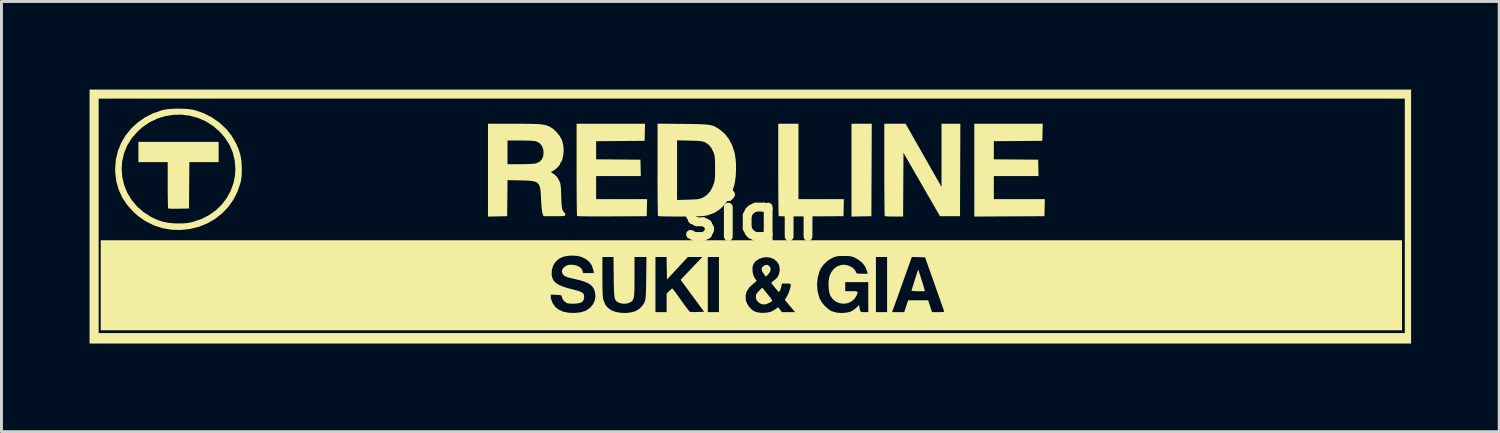
<source format=kicad_pcb>
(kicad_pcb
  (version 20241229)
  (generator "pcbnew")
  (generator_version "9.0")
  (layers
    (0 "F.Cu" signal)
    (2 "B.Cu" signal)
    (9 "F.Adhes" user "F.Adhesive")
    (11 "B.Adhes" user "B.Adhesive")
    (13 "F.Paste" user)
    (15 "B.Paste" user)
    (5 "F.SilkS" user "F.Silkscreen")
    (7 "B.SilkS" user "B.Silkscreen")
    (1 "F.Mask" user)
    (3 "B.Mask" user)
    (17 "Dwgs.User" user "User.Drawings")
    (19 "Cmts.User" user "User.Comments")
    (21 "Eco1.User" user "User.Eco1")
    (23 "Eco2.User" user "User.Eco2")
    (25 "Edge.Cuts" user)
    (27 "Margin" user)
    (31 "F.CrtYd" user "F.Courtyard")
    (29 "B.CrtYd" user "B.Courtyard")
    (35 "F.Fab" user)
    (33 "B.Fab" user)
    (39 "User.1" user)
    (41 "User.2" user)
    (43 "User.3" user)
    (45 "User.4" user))
  (footprint "sign"
    (layer "F.Cu")
    (at 22.501 4.324)
    (property "Reference" "sign" (at 0 0 0) (layer "F.SilkS") (effects (font (size 1.5 1.5) (thickness 0.3))))
    (attr board_only exclude_from_pos_files exclude_from_bom)
    (fp_poly (pts (xy 4.129 -1.586) (xy 4.122 -0.012) (xy 3.784 -0.005) (xy 3.445 0.001) (xy 3.445 -1.579) (xy 3.445 -3.16) (xy 3.79 -3.16) (xy 4.135 -3.16)) (stroke (width 0) (type solid)) (fill yes) (layer "F.SilkS"))
    (fp_poly (pts (xy 0.58 1.647) (xy 0.636 1.676) (xy 0.682 1.735) (xy 0.692 1.811) (xy 0.666 1.894) (xy 0.608 1.97) (xy 0.527 2.049) (xy 0.454 1.947) (xy 0.399 1.855) (xy 0.384 1.782) (xy 0.409 1.722) (xy 0.443 1.689) (xy 0.515 1.647)) (stroke (width 0) (type solid)) (fill yes) (layer "F.SilkS"))
    (fp_poly (pts (xy 5.815 2.105) (xy 5.853 2.224) (xy 5.887 2.332) (xy 5.913 2.418) (xy 5.928 2.472) (xy 5.929 2.477) (xy 5.945 2.542) (xy 5.717 2.542) (xy 5.619 2.541) (xy 5.543 2.536) (xy 5.497 2.529) (xy 5.489 2.525) (xy 5.496 2.497) (xy 5.515 2.432) (xy 5.544 2.339) (xy 5.58 2.224) (xy 5.603 2.153) (xy 5.716 1.798)) (stroke (width 0) (type solid)) (fill yes) (layer "F.SilkS"))
    (fp_poly (pts (xy 22.501 0) (xy 22.501 4.324) (xy 0 4.324) (xy -22.501 4.324) (xy -22.501 0) (xy -22.501 -4.016) (xy -22.192 -4.016) (xy -22.192 -0.024) (xy -22.192 3.968) (xy 0.048 3.968) (xy 22.287 3.968) (xy 22.287 -0.024) (xy 22.287 -4.016) (xy 0.048 -4.016) (xy -22.192 -4.016) (xy -22.501 -4.016) (xy -22.501 -4.324) (xy 0 -4.324) (xy 22.501 -4.324)) (stroke (width 0) (type solid)) (fill yes) (layer "F.SilkS"))
    (fp_poly (pts (xy 0.566 2.619) (xy 0.648 2.719) (xy 0.703 2.789) (xy 0.732 2.836) (xy 0.74 2.867) (xy 0.726 2.89) (xy 0.694 2.912) (xy 0.658 2.933) (xy 0.534 2.986) (xy 0.422 2.993) (xy 0.322 2.955) (xy 0.271 2.913) (xy 0.218 2.851) (xy 0.194 2.791) (xy 0.19 2.734) (xy 0.195 2.674) (xy 0.215 2.624) (xy 0.259 2.569) (xy 0.297 2.529) (xy 0.405 2.421)) (stroke (width 0) (type solid)) (fill yes) (layer "F.SilkS"))
    (fp_poly (pts (xy 9.95 -2.869) (xy 9.944 -2.578) (xy 9.118 -2.572) (xy 8.292 -2.566) (xy 8.292 -2.257) (xy 8.292 -1.949) (xy 9.047 -1.943) (xy 9.801 -1.936) (xy 9.808 -1.657) (xy 9.815 -1.378) (xy 9.054 -1.378) (xy 8.292 -1.378) (xy 8.292 -0.986) (xy 8.292 -0.594) (xy 9.16 -0.594) (xy 10.028 -0.594) (xy 10.022 -0.303) (xy 10.015 -0.012) (xy 8.821 -0.006) (xy 7.627 0.000439) (xy 7.627 -1.58) (xy 7.627 -3.16) (xy 8.792 -3.16) (xy 9.957 -3.16)) (stroke (width 0) (type solid)) (fill yes) (layer "F.SilkS"))
    (fp_poly (pts (xy -18.106 -2.198) (xy -18.106 -1.853) (xy -18.604 -1.853) (xy -19.103 -1.853) (xy -19.109 -1.063) (xy -19.115 -0.273) (xy -19.461 -0.267) (xy -19.585 -0.265) (xy -19.691 -0.266) (xy -19.772 -0.269) (xy -19.817 -0.274) (xy -19.824 -0.277) (xy -19.828 -0.303) (xy -19.831 -0.372) (xy -19.834 -0.477) (xy -19.837 -0.612) (xy -19.839 -0.772) (xy -19.84 -0.951) (xy -19.84 -1.073) (xy -19.84 -1.853) (xy -20.339 -1.853) (xy -20.838 -1.853) (xy -20.838 -2.198) (xy -20.838 -2.542) (xy -19.472 -2.542) (xy -18.106 -2.542)) (stroke (width 0) (type solid)) (fill yes) (layer "F.SilkS"))
    (fp_poly (pts (xy 1.639 -1.877) (xy 1.639 -0.594) (xy 2.412 -0.594) (xy 3.185 -0.594) (xy 3.179 -0.303) (xy 3.172 -0.012) (xy 2.077 -0.006) (xy 1.854 -0.005) (xy 1.645 -0.005) (xy 1.455 -0.005) (xy 1.29 -0.006) (xy 1.154 -0.008) (xy 1.051 -0.01) (xy 0.987 -0.013) (xy 0.966 -0.016) (xy 0.964 -0.042) (xy 0.961 -0.111) (xy 0.959 -0.22) (xy 0.957 -0.365) (xy 0.955 -0.541) (xy 0.953 -0.745) (xy 0.952 -0.972) (xy 0.951 -1.22) (xy 0.95 -1.483) (xy 0.95 -1.596) (xy 0.95 -3.16) (xy 1.295 -3.16) (xy 1.639 -3.16)) (stroke (width 0) (type solid)) (fill yes) (layer "F.SilkS"))
    (fp_poly (pts (xy 7.146 -1.586) (xy 7.14 -0.012) (xy 6.798 -0.012) (xy 6.457 -0.012) (xy 5.836 -1.091) (xy 5.215 -2.171) (xy 5.209 -1.085) (xy 5.203 0) (xy 4.898 0) (xy 4.783 -0.001) (xy 4.684 -0.004) (xy 4.613 -0.009) (xy 4.579 -0.015) (xy 4.578 -0.016) (xy 4.575 -0.042) (xy 4.573 -0.111) (xy 4.57 -0.22) (xy 4.568 -0.365) (xy 4.566 -0.541) (xy 4.565 -0.745) (xy 4.563 -0.972) (xy 4.562 -1.22) (xy 4.562 -1.483) (xy 4.562 -1.596) (xy 4.562 -3.16) (xy 4.924 -3.16) (xy 5.287 -3.16) (xy 5.899 -2.085) (xy 6.51 -1.01) (xy 6.51 -2.085) (xy 6.51 -3.16) (xy 6.831 -3.16) (xy 7.152 -3.16)) (stroke (width 0) (type solid)) (fill yes) (layer "F.SilkS"))
    (fp_poly (pts (xy -3.593 -2.869) (xy -3.6 -2.578) (xy -4.425 -2.572) (xy -5.251 -2.566) (xy -5.251 -2.257) (xy -5.251 -1.949) (xy -4.497 -1.943) (xy -3.742 -1.936) (xy -3.736 -1.657) (xy -3.729 -1.378) (xy -4.49 -1.378) (xy -5.251 -1.378) (xy -5.251 -0.986) (xy -5.251 -0.594) (xy -4.383 -0.594) (xy -3.515 -0.594) (xy -3.522 -0.303) (xy -3.528 -0.012) (xy -4.706 -0.006) (xy -4.939 -0.005) (xy -5.156 -0.005) (xy -5.355 -0.005) (xy -5.529 -0.006) (xy -5.676 -0.008) (xy -5.789 -0.01) (xy -5.865 -0.012) (xy -5.899 -0.015) (xy -5.9 -0.016) (xy -5.903 -0.042) (xy -5.906 -0.111) (xy -5.908 -0.22) (xy -5.91 -0.365) (xy -5.912 -0.541) (xy -5.914 -0.745) (xy -5.915 -0.972) (xy -5.916 -1.22) (xy -5.916 -1.483) (xy -5.916 -1.596) (xy -5.916 -3.16) (xy -4.751 -3.16) (xy -3.586 -3.16)) (stroke (width 0) (type solid)) (fill yes) (layer "F.SilkS"))
    (fp_poly (pts (xy -2.299 -3.155) (xy -2.055 -3.152) (xy -1.854 -3.149) (xy -1.689 -3.144) (xy -1.555 -3.138) (xy -1.447 -3.128) (xy -1.359 -3.114) (xy -1.286 -3.095) (xy -1.221 -3.07) (xy -1.161 -3.039) (xy -1.099 -3.001) (xy -1.034 -2.957) (xy -0.867 -2.815) (xy -0.728 -2.636) (xy -0.617 -2.422) (xy -0.537 -2.176) (xy -0.531 -2.15) (xy -0.503 -1.978) (xy -0.488 -1.776) (xy -0.488 -1.561) (xy -0.5 -1.35) (xy -0.526 -1.159) (xy -0.543 -1.082) (xy -0.627 -0.82) (xy -0.74 -0.591) (xy -0.88 -0.397) (xy -1.046 -0.24) (xy -1.236 -0.122) (xy -1.448 -0.045) (xy -1.491 -0.035) (xy -1.556 -0.024) (xy -1.643 -0.016) (xy -1.756 -0.009) (xy -1.9 -0.005) (xy -2.08 -0.002) (xy -2.301 -0.001) (xy -2.39 -0.000413) (xy -2.573 -0.001) (xy -2.74 -0.002) (xy -2.886 -0.004) (xy -3.005 -0.007) (xy -3.091 -0.01) (xy -3.137 -0.014) (xy -3.144 -0.016) (xy -3.147 -0.042) (xy -3.15 -0.111) (xy -3.152 -0.22) (xy -3.154 -0.365) (xy -3.156 -0.541) (xy -3.158 -0.745) (xy -3.159 -0.972) (xy -3.16 -1.22) (xy -3.16 -1.483) (xy -3.16 -1.598) (xy -3.16 -2.595) (xy -2.495 -2.595) (xy -2.495 -1.579) (xy -2.495 -0.564) (xy -2.117 -0.575) (xy -1.973 -0.58) (xy -1.866 -0.585) (xy -1.788 -0.592) (xy -1.728 -0.603) (xy -1.677 -0.619) (xy -1.625 -0.642) (xy -1.606 -0.651) (xy -1.472 -0.74) (xy -1.363 -0.864) (xy -1.278 -1.027) (xy -1.255 -1.089) (xy -1.234 -1.153) (xy -1.22 -1.213) (xy -1.21 -1.281) (xy -1.204 -1.364) (xy -1.201 -1.473) (xy -1.201 -1.619) (xy -1.201 -1.651) (xy -1.202 -1.804) (xy -1.205 -1.918) (xy -1.21 -2.003) (xy -1.219 -2.069) (xy -1.232 -2.124) (xy -1.251 -2.178) (xy -1.256 -2.192) (xy -1.327 -2.336) (xy -1.413 -2.442) (xy -1.52 -2.516) (xy -1.544 -2.528) (xy -1.589 -2.546) (xy -1.64 -2.56) (xy -1.704 -2.569) (xy -1.79 -2.576) (xy -1.905 -2.581) (xy -2.06 -2.585) (xy -2.073 -2.586) (xy -2.495 -2.595) (xy -3.16 -2.595) (xy -3.16 -3.163)) (stroke (width 0) (type solid)) (fill yes) (layer "F.SilkS"))
    (fp_poly (pts (xy -19.206 -3.665) (xy -19.05 -3.649) (xy -18.927 -3.626) (xy -18.926 -3.626) (xy -18.619 -3.52) (xy -18.336 -3.377) (xy -18.08 -3.199) (xy -17.853 -2.988) (xy -17.661 -2.748) (xy -17.507 -2.482) (xy -17.501 -2.469) (xy -17.415 -2.264) (xy -17.358 -2.067) (xy -17.326 -1.86) (xy -17.316 -1.625) (xy -17.316 -1.616) (xy -17.319 -1.457) (xy -17.328 -1.329) (xy -17.346 -1.217) (xy -17.367 -1.129) (xy -17.469 -0.834) (xy -17.609 -0.563) (xy -17.785 -0.318) (xy -17.993 -0.103) (xy -18.228 0.081) (xy -18.489 0.232) (xy -18.77 0.346) (xy -19.069 0.422) (xy -19.382 0.457) (xy -19.697 0.45) (xy -20.008 0.399) (xy -20.306 0.302) (xy -20.587 0.163) (xy -20.848 -0.017) (xy -21.001 -0.152) (xy -21.215 -0.388) (xy -21.384 -0.642) (xy -21.51 -0.913) (xy -21.591 -1.202) (xy -21.628 -1.508) (xy -21.63 -1.621) (xy -21.408 -1.621) (xy -21.385 -1.333) (xy -21.319 -1.057) (xy -21.21 -0.797) (xy -21.062 -0.555) (xy -20.877 -0.337) (xy -20.657 -0.147) (xy -20.406 0.013) (xy -20.351 0.041) (xy -20.166 0.124) (xy -19.987 0.181) (xy -19.799 0.216) (xy -19.588 0.233) (xy -19.481 0.235) (xy -19.329 0.234) (xy -19.205 0.224) (xy -19.087 0.205) (xy -18.98 0.181) (xy -18.696 0.086) (xy -18.436 -0.046) (xy -18.204 -0.211) (xy -18.001 -0.406) (xy -17.831 -0.628) (xy -17.697 -0.872) (xy -17.601 -1.135) (xy -17.547 -1.413) (xy -17.536 -1.616) (xy -17.558 -1.907) (xy -17.624 -2.18) (xy -17.733 -2.437) (xy -17.888 -2.679) (xy -18.07 -2.889) (xy -18.296 -3.085) (xy -18.543 -3.241) (xy -18.805 -3.357) (xy -19.079 -3.433) (xy -19.36 -3.469) (xy -19.642 -3.464) (xy -19.922 -3.42) (xy -20.194 -3.336) (xy -20.454 -3.212) (xy -20.696 -3.047) (xy -20.873 -2.889) (xy -21.07 -2.66) (xy -21.221 -2.416) (xy -21.327 -2.157) (xy -21.39 -1.882) (xy -21.408 -1.621) (xy -21.63 -1.621) (xy -21.63 -1.639) (xy -21.604 -1.945) (xy -21.535 -2.236) (xy -21.424 -2.51) (xy -21.274 -2.764) (xy -21.088 -2.994) (xy -20.869 -3.198) (xy -20.618 -3.373) (xy -20.338 -3.515) (xy -20.031 -3.622) (xy -20.016 -3.626) (xy -19.895 -3.649) (xy -19.739 -3.665) (xy -19.564 -3.673) (xy -19.382 -3.673)) (stroke (width 0) (type solid)) (fill yes) (layer "F.SilkS"))
    (fp_poly (pts (xy -7.804 -3.16) (xy -7.594 -3.158) (xy -7.421 -3.155) (xy -7.28 -3.15) (xy -7.167 -3.143) (xy -7.075 -3.133) (xy -6.999 -3.119) (xy -6.935 -3.102) (xy -6.878 -3.08) (xy -6.821 -3.054) (xy -6.817 -3.052) (xy -6.707 -2.978) (xy -6.596 -2.873) (xy -6.498 -2.75) (xy -6.426 -2.625) (xy -6.413 -2.596) (xy -6.373 -2.446) (xy -6.357 -2.275) (xy -6.366 -2.105) (xy -6.399 -1.955) (xy -6.4 -1.954) (xy -6.427 -1.886) (xy -6.453 -1.841) (xy -6.466 -1.83) (xy -6.48 -1.816) (xy -6.477 -1.81) (xy -6.483 -1.778) (xy -6.517 -1.728) (xy -6.57 -1.669) (xy -6.633 -1.613) (xy -6.696 -1.568) (xy -6.7 -1.566) (xy -6.793 -1.513) (xy -6.688 -1.444) (xy -6.598 -1.366) (xy -6.527 -1.259) (xy -6.518 -1.24) (xy -6.494 -1.189) (xy -6.476 -1.141) (xy -6.464 -1.089) (xy -6.455 -1.022) (xy -6.448 -0.932) (xy -6.443 -0.81) (xy -6.439 -0.69) (xy -6.433 -0.52) (xy -6.425 -0.391) (xy -6.413 -0.296) (xy -6.397 -0.228) (xy -6.375 -0.18) (xy -6.345 -0.145) (xy -6.326 -0.129) (xy -6.301 -0.087) (xy -6.3 -0.058) (xy -6.306 -0.04) (xy -6.322 -0.028) (xy -6.354 -0.02) (xy -6.41 -0.015) (xy -6.496 -0.013) (xy -6.62 -0.012) (xy -6.677 -0.012) (xy -7.045 -0.012) (xy -7.077 -0.107) (xy -7.089 -0.164) (xy -7.102 -0.258) (xy -7.113 -0.38) (xy -7.123 -0.518) (xy -7.127 -0.594) (xy -7.136 -0.775) (xy -7.149 -0.917) (xy -7.172 -1.025) (xy -7.209 -1.104) (xy -7.266 -1.158) (xy -7.349 -1.193) (xy -7.462 -1.214) (xy -7.612 -1.225) (xy -7.802 -1.23) (xy -7.835 -1.231) (xy -8.268 -1.24) (xy -8.274 -0.626) (xy -8.281 -0.012) (xy -8.607 -0.005) (xy -8.934 0.001) (xy -8.934 -1.579) (xy -8.934 -2.59) (xy -8.269 -2.59) (xy -8.269 -2.186) (xy -8.269 -1.782) (xy -7.84 -1.782) (xy -7.693 -1.784) (xy -7.556 -1.788) (xy -7.437 -1.794) (xy -7.349 -1.801) (xy -7.306 -1.808) (xy -7.187 -1.859) (xy -7.103 -1.942) (xy -7.053 -2.053) (xy -7.041 -2.189) (xy -7.053 -2.281) (xy -7.098 -2.407) (xy -7.176 -2.499) (xy -7.288 -2.558) (xy -7.311 -2.565) (xy -7.364 -2.573) (xy -7.455 -2.58) (xy -7.574 -2.585) (xy -7.711 -2.589) (xy -7.835 -2.59) (xy -8.269 -2.59) (xy -8.934 -2.59) (xy -8.934 -3.16) (xy -8.056 -3.16)) (stroke (width 0) (type solid)) (fill yes) (layer "F.SilkS"))
    (fp_poly (pts (xy 22.192 2.34) (xy 22.192 3.873) (xy 0.036 3.873) (xy -22.121 3.873) (xy -22.121 2.739) (xy -6.796 2.739) (xy -6.785 2.805) (xy -6.757 2.889) (xy -6.734 2.942) (xy -6.645 3.073) (xy -6.527 3.171) (xy -6.375 3.238) (xy -6.188 3.275) (xy -6.179 3.276) (xy -5.986 3.283) (xy -5.806 3.265) (xy -5.651 3.225) (xy -5.589 3.198) (xy -5.458 3.108) (xy -5.359 2.991) (xy -5.297 2.855) (xy -5.273 2.709) (xy -5.292 2.56) (xy -5.32 2.48) (xy -5.369 2.398) (xy -5.435 2.329) (xy -5.526 2.27) (xy -5.648 2.218) (xy -5.807 2.169) (xy -5.94 2.136) (xy -6.044 2.112) (xy -6.141 2.088) (xy -6.213 2.07) (xy -6.226 2.067) (xy -6.325 2.023) (xy -6.39 1.96) (xy -6.417 1.885) (xy -6.405 1.806) (xy -6.349 1.731) (xy -6.342 1.725) (xy -6.268 1.673) (xy -6.191 1.647) (xy -6.093 1.64) (xy -6.024 1.644) (xy -5.908 1.669) (xy -5.81 1.72) (xy -5.74 1.788) (xy -5.71 1.855) (xy -5.697 1.925) (xy -5.513 1.925) (xy -5.328 1.925) (xy -5.349 1.815) (xy -5.398 1.665) (xy -5.485 1.541) (xy -5.612 1.442) (xy -5.746 1.378) (xy -5.037 1.378) (xy -5.037 2.051) (xy -5.037 2.26) (xy -5.035 2.427) (xy -5.032 2.559) (xy -5.027 2.661) (xy -5.021 2.739) (xy -5.012 2.8) (xy -5 2.848) (xy -4.999 2.852) (xy -4.942 2.992) (xy -4.86 3.1) (xy -4.744 3.185) (xy -4.727 3.194) (xy -4.593 3.246) (xy -4.432 3.276) (xy -4.258 3.284) (xy -4.088 3.269) (xy -3.937 3.231) (xy -3.897 3.214) (xy -3.762 3.129) (xy -3.655 3.011) (xy -3.596 2.899) (xy -3.584 2.861) (xy -3.574 2.814) (xy -3.566 2.753) (xy -3.56 2.671) (xy -3.555 2.564) (xy -3.551 2.424) (xy -3.548 2.247) (xy -3.546 2.085) (xy -3.537 1.378) (xy -3.231 1.378) (xy -3.231 2.317) (xy -3.231 3.255) (xy -3.041 3.255) (xy -2.851 3.255) (xy -2.851 2.941) (xy -2.851 2.628) (xy -2.763 2.537) (xy -2.711 2.487) (xy -2.671 2.454) (xy -2.658 2.447) (xy -2.64 2.466) (xy -2.599 2.518) (xy -2.539 2.597) (xy -2.466 2.697) (xy -2.383 2.814) (xy -2.363 2.841) (xy -2.278 2.961) (xy -2.2 3.068) (xy -2.134 3.154) (xy -2.086 3.215) (xy -2.059 3.245) (xy -2.057 3.246) (xy -2.022 3.25) (xy -1.951 3.252) (xy -1.857 3.252) (xy -1.801 3.25) (xy -1.573 3.243) (xy -1.974 2.699) (xy -2.374 2.154) (xy -2.004 1.766) (xy -1.634 1.378) (xy -1.449 1.378) (xy -1.449 2.317) (xy -1.449 3.255) (xy -1.259 3.255) (xy -1.069 3.255) (xy -1.069 2.693) (xy -0.162 2.693) (xy -0.153 2.845) (xy -0.143 2.886) (xy -0.099 2.987) (xy -0.028 3.089) (xy 0.055 3.175) (xy 0.12 3.22) (xy 0.239 3.261) (xy 0.383 3.28) (xy 0.535 3.276) (xy 0.677 3.248) (xy 0.72 3.233) (xy 0.784 3.201) (xy 0.855 3.156) (xy 0.867 3.147) (xy 0.946 3.086) (xy 1.011 3.171) (xy 1.075 3.255) (xy 1.299 3.255) (xy 1.524 3.255) (xy 1.348 3.047) (xy 1.173 2.839) (xy 1.241 2.73) (xy 1.287 2.641) (xy 1.329 2.534) (xy 1.361 2.427) (xy 1.377 2.338) (xy 1.378 2.323) (xy 1.376 2.316) (xy 2.272 2.316) (xy 2.289 2.54) (xy 2.344 2.75) (xy 2.368 2.807) (xy 2.433 2.919) (xy 2.525 3.032) (xy 2.63 3.131) (xy 2.736 3.205) (xy 2.774 3.224) (xy 2.945 3.273) (xy 3.132 3.286) (xy 3.318 3.264) (xy 3.41 3.239) (xy 3.482 3.202) (xy 3.562 3.146) (xy 3.604 3.108) (xy 3.703 3.011) (xy 3.719 3.103) (xy 3.734 3.185) (xy 3.753 3.23) (xy 3.786 3.25) (xy 3.847 3.255) (xy 3.884 3.255) (xy 4.016 3.255) (xy 4.016 2.744) (xy 4.016 2.233) (xy 3.623 2.233) (xy 3.231 2.233) (xy 3.231 2.388) (xy 3.231 2.542) (xy 3.445 2.542) (xy 3.553 2.543) (xy 3.62 2.55) (xy 3.651 2.569) (xy 3.652 2.604) (xy 3.63 2.661) (xy 3.614 2.697) (xy 3.537 2.815) (xy 3.433 2.899) (xy 3.312 2.951) (xy 3.182 2.969) (xy 3.05 2.953) (xy 2.926 2.904) (xy 2.816 2.822) (xy 2.731 2.706) (xy 2.726 2.699) (xy 2.692 2.601) (xy 2.671 2.473) (xy 2.662 2.329) (xy 2.668 2.186) (xy 2.689 2.058) (xy 2.695 2.035) (xy 2.759 1.889) (xy 2.853 1.772) (xy 2.973 1.689) (xy 3.111 1.646) (xy 3.184 1.641) (xy 3.308 1.658) (xy 3.424 1.705) (xy 3.52 1.775) (xy 3.585 1.861) (xy 3.599 1.895) (xy 3.61 1.922) (xy 3.632 1.937) (xy 3.675 1.945) (xy 3.75 1.948) (xy 3.806 1.948) (xy 3.997 1.948) (xy 3.981 1.883) (xy 3.919 1.718) (xy 3.818 1.579) (xy 3.676 1.465) (xy 3.565 1.404) (xy 3.503 1.378) (xy 4.277 1.378) (xy 4.277 2.317) (xy 4.277 3.255) (xy 4.467 3.255) (xy 4.657 3.255) (xy 4.824 3.255) (xy 5.033 3.255) (xy 5.241 3.255) (xy 5.307 3.053) (xy 5.373 2.851) (xy 5.714 2.851) (xy 6.056 2.851) (xy 6.122 3.053) (xy 6.188 3.255) (xy 6.398 3.255) (xy 6.498 3.254) (xy 6.56 3.251) (xy 6.59 3.242) (xy 6.598 3.227) (xy 6.595 3.214) (xy 6.585 3.183) (xy 6.56 3.112) (xy 6.523 3.007) (xy 6.475 2.872) (xy 6.419 2.712) (xy 6.355 2.533) (xy 6.287 2.339) (xy 6.266 2.281) (xy 5.95 1.39) (xy 5.724 1.383) (xy 5.499 1.377) (xy 5.205 2.203) (xy 5.136 2.396) (xy 5.071 2.58) (xy 5.011 2.747) (xy 4.958 2.893) (xy 4.915 3.012) (xy 4.884 3.097) (xy 4.868 3.142) (xy 4.824 3.255) (xy 4.657 3.255) (xy 4.657 2.317) (xy 4.657 1.378) (xy 4.467 1.378) (xy 4.277 1.378) (xy 3.503 1.378) (xy 3.498 1.376) (xy 3.435 1.357) (xy 3.363 1.347) (xy 3.266 1.343) (xy 3.184 1.343) (xy 3.066 1.344) (xy 2.981 1.349) (xy 2.914 1.362) (xy 2.849 1.383) (xy 2.785 1.411) (xy 2.635 1.503) (xy 2.503 1.627) (xy 2.399 1.77) (xy 2.354 1.867) (xy 2.293 2.088) (xy 2.272 2.316) (xy 1.376 2.316) (xy 1.371 2.3) (xy 1.344 2.287) (xy 1.286 2.282) (xy 1.226 2.281) (xy 1.075 2.281) (xy 1.059 2.366) (xy 1.038 2.449) (xy 1.012 2.517) (xy 0.986 2.559) (xy 0.973 2.566) (xy 0.952 2.549) (xy 0.91 2.505) (xy 0.858 2.445) (xy 0.803 2.379) (xy 0.754 2.318) (xy 0.722 2.273) (xy 0.713 2.256) (xy 0.731 2.236) (xy 0.776 2.199) (xy 0.819 2.168) (xy 0.917 2.076) (xy 0.976 1.963) (xy 1 1.822) (xy 1.001 1.787) (xy 0.979 1.656) (xy 0.914 1.544) (xy 0.807 1.452) (xy 0.8 1.448) (xy 0.677 1.398) (xy 0.541 1.383) (xy 0.405 1.402) (xy 0.279 1.451) (xy 0.173 1.528) (xy 0.105 1.62) (xy 0.076 1.718) (xy 0.072 1.835) (xy 0.092 1.957) (xy 0.132 2.067) (xy 0.189 2.15) (xy 0.202 2.162) (xy 0.213 2.181) (xy 0.199 2.208) (xy 0.155 2.248) (xy 0.088 2.301) (xy -0.042 2.421) (xy -0.125 2.552) (xy -0.162 2.693) (xy -1.069 2.693) (xy -1.069 2.317) (xy -1.069 1.378) (xy -1.259 1.378) (xy -1.449 1.378) (xy -1.634 1.378) (xy -1.88 1.378) (xy -2.127 1.378) (xy -2.483 1.761) (xy -2.839 2.145) (xy -2.846 1.761) (xy -2.852 1.378) (xy -3.042 1.378) (xy -3.231 1.378) (xy -3.537 1.378) (xy -3.74 1.378) (xy -3.944 1.378) (xy -3.944 2.056) (xy -3.945 2.269) (xy -3.946 2.44) (xy -3.95 2.574) (xy -3.957 2.677) (xy -3.968 2.754) (xy -3.984 2.81) (xy -4.005 2.851) (xy -4.034 2.882) (xy -4.07 2.909) (xy -4.094 2.924) (xy -4.19 2.959) (xy -4.306 2.969) (xy -4.422 2.953) (xy -4.482 2.931) (xy -4.526 2.909) (xy -4.561 2.883) (xy -4.589 2.85) (xy -4.61 2.804) (xy -4.625 2.74) (xy -4.636 2.652) (xy -4.643 2.535) (xy -4.648 2.385) (xy -4.651 2.195) (xy -4.652 2.061) (xy -4.66 1.378) (xy -4.848 1.378) (xy -5.037 1.378) (xy -5.746 1.378) (xy -5.753 1.375) (xy -5.884 1.342) (xy -6.041 1.329) (xy -6.203 1.336) (xy -6.354 1.364) (xy -6.368 1.368) (xy -6.509 1.433) (xy -6.625 1.533) (xy -6.709 1.66) (xy -6.758 1.807) (xy -6.766 1.965) (xy -6.762 2.003) (xy -6.737 2.105) (xy -6.691 2.19) (xy -6.621 2.263) (xy -6.52 2.326) (xy -6.385 2.384) (xy -6.211 2.439) (xy -6.076 2.474) (xy -5.923 2.514) (xy -5.812 2.549) (xy -5.736 2.584) (xy -5.689 2.622) (xy -5.665 2.667) (xy -5.659 2.724) (xy -5.66 2.751) (xy -5.676 2.836) (xy -5.715 2.897) (xy -5.784 2.936) (xy -5.888 2.958) (xy -5.99 2.967) (xy -6.11 2.967) (xy -6.205 2.958) (xy -6.25 2.946) (xy -6.332 2.89) (xy -6.394 2.807) (xy -6.419 2.732) (xy -6.426 2.702) (xy -6.443 2.684) (xy -6.482 2.674) (xy -6.551 2.669) (xy -6.611 2.666) (xy -6.796 2.659) (xy -6.796 2.739) (xy -22.121 2.739) (xy -22.121 2.34) (xy -22.121 0.808) (xy 0.036 0.808) (xy 22.192 0.808)) (stroke (width 0) (type solid)) (fill yes) (layer "F.SilkS")))
  (gr_rect
    (start -3 -3)
    (end 48.002 11.649)
    (stroke (width 0.1) (type default))
    (fill no)
    (layer "Edge.Cuts")))
</source>
